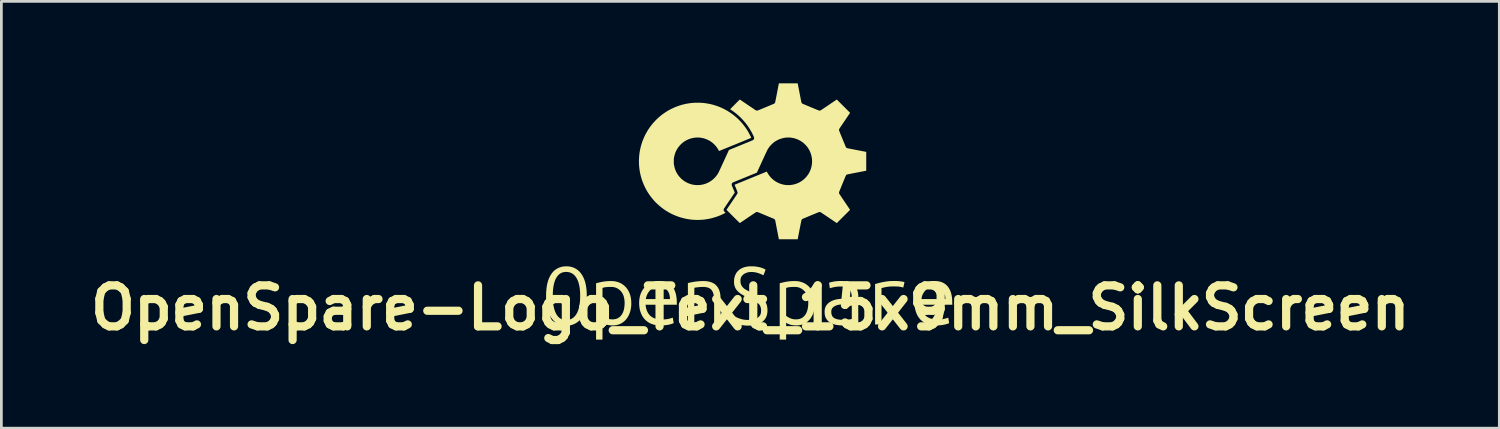
<source format=kicad_pcb>
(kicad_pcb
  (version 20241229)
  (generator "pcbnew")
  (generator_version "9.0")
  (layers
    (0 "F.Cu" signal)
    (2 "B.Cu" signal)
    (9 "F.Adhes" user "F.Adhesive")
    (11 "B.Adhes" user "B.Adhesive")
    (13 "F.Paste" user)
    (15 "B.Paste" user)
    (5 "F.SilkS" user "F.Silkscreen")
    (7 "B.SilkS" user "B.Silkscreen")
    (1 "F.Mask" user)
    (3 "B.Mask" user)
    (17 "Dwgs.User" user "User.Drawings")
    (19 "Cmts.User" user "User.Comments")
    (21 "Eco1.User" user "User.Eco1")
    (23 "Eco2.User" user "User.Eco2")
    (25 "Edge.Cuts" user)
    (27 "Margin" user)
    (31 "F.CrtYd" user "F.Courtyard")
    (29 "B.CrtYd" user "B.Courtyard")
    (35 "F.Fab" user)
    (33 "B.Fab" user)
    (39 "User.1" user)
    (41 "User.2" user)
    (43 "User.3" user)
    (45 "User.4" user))
  (footprint "OpenSpare-Logo_Text_15x9mm_SilkScreen"
    (layer "F.Cu")
    (at 24.407 8.214)
    (property "Reference" "OpenSpare-Logo_Text_15x9mm_SilkScreen" (at 0 0 0) (layer "F.SilkS") (effects (font (size 1.5 1.5) (thickness 0.3))))
    (attr board_only exclude_from_pos_files exclude_from_bom)
    (fp_poly (pts (xy 5.307 -0.982) (xy 5.343 -0.981) (xy 5.377 -0.98) (xy 5.409 -0.978) (xy 5.441 -0.975) (xy 5.472 -0.972) (xy 5.505 -0.967) (xy 5.54 -0.962) (xy 5.578 -0.955) (xy 5.597 -0.952) (xy 5.613 -0.949) (xy 5.624 -0.947) (xy 5.632 -0.945) (xy 5.636 -0.944) (xy 5.639 -0.942) (xy 5.639 -0.941) (xy 5.639 -0.939) (xy 5.638 -0.935) (xy 5.637 -0.927) (xy 5.634 -0.916) (xy 5.631 -0.901) (xy 5.628 -0.884) (xy 5.624 -0.864) (xy 5.619 -0.843) (xy 5.619 -0.84) (xy 5.614 -0.819) (xy 5.61 -0.8) (xy 5.606 -0.782) (xy 5.603 -0.767) (xy 5.601 -0.756) (xy 5.599 -0.748) (xy 5.598 -0.744) (xy 5.598 -0.744) (xy 5.595 -0.744) (xy 5.588 -0.745) (xy 5.578 -0.747) (xy 5.566 -0.75) (xy 5.562 -0.751) (xy 5.532 -0.759) (xy 5.504 -0.765) (xy 5.477 -0.77) (xy 5.45 -0.774) (xy 5.423 -0.777) (xy 5.394 -0.779) (xy 5.362 -0.781) (xy 5.326 -0.782) (xy 5.324 -0.782) (xy 5.262 -0.783) (xy 5.204 -0.783) (xy 5.15 -0.781) (xy 5.099 -0.778) (xy 5.05 -0.773) (xy 5.003 -0.767) (xy 4.956 -0.759) (xy 4.91 -0.749) (xy 4.863 -0.738) (xy 4.86 -0.737) (xy 4.845 -0.733) (xy 4.831 -0.73) (xy 4.819 -0.727) (xy 4.811 -0.724) (xy 4.806 -0.723) (xy 4.806 -0.723) (xy 4.8 -0.722) (xy 4.8 -0.057) (xy 4.8 0.608) (xy 4.683 0.608) (xy 4.565 0.608) (xy 4.565 -0.131) (xy 4.565 -0.869) (xy 4.608 -0.882) (xy 4.703 -0.908) (xy 4.796 -0.931) (xy 4.888 -0.949) (xy 4.979 -0.964) (xy 5.069 -0.975) (xy 5.074 -0.975) (xy 5.093 -0.977) (xy 5.113 -0.978) (xy 5.134 -0.979) (xy 5.158 -0.98) (xy 5.186 -0.981) (xy 5.218 -0.982) (xy 5.225 -0.982) (xy 5.268 -0.982)) (stroke (width 0) (type solid)) (fill yes) (layer "F.SilkS"))
    (fp_poly (pts (xy -1.678 -0.979) (xy -1.616 -0.975) (xy -1.558 -0.967) (xy -1.502 -0.956) (xy -1.451 -0.942) (xy -1.403 -0.924) (xy -1.359 -0.903) (xy -1.318 -0.879) (xy -1.3 -0.866) (xy -1.281 -0.85) (xy -1.261 -0.832) (xy -1.243 -0.814) (xy -1.227 -0.796) (xy -1.222 -0.791) (xy -1.193 -0.752) (xy -1.168 -0.71) (xy -1.147 -0.664) (xy -1.129 -0.615) (xy -1.114 -0.563) (xy -1.107 -0.525) (xy -1.105 -0.516) (xy -1.103 -0.507) (xy -1.102 -0.499) (xy -1.101 -0.492) (xy -1.099 -0.484) (xy -1.098 -0.477) (xy -1.097 -0.469) (xy -1.096 -0.461) (xy -1.096 -0.452) (xy -1.095 -0.442) (xy -1.094 -0.431) (xy -1.094 -0.418) (xy -1.093 -0.404) (xy -1.093 -0.388) (xy -1.092 -0.37) (xy -1.092 -0.349) (xy -1.092 -0.326) (xy -1.092 -0.301) (xy -1.092 -0.272) (xy -1.091 -0.24) (xy -1.091 -0.204) (xy -1.091 -0.165) (xy -1.091 -0.122) (xy -1.091 -0.075) (xy -1.091 -0.024) (xy -1.091 0.032) (xy -1.091 0.091) (xy -1.09 0.608) (xy -1.207 0.608) (xy -1.325 0.608) (xy -1.325 0.138) (xy -1.325 0.078) (xy -1.325 0.022) (xy -1.325 -0.029) (xy -1.325 -0.076) (xy -1.325 -0.118) (xy -1.325 -0.157) (xy -1.325 -0.193) (xy -1.326 -0.224) (xy -1.326 -0.253) (xy -1.326 -0.279) (xy -1.327 -0.302) (xy -1.327 -0.323) (xy -1.327 -0.341) (xy -1.328 -0.358) (xy -1.329 -0.372) (xy -1.33 -0.386) (xy -1.33 -0.398) (xy -1.331 -0.409) (xy -1.333 -0.419) (xy -1.334 -0.428) (xy -1.335 -0.437) (xy -1.337 -0.447) (xy -1.338 -0.456) (xy -1.34 -0.465) (xy -1.342 -0.474) (xy -1.352 -0.516) (xy -1.365 -0.556) (xy -1.381 -0.592) (xy -1.4 -0.626) (xy -1.422 -0.655) (xy -1.447 -0.681) (xy -1.474 -0.703) (xy -1.503 -0.72) (xy -1.503 -0.72) (xy -1.529 -0.731) (xy -1.559 -0.742) (xy -1.591 -0.75) (xy -1.626 -0.757) (xy -1.662 -0.762) (xy -1.666 -0.763) (xy -1.681 -0.764) (xy -1.699 -0.764) (xy -1.72 -0.765) (xy -1.744 -0.764) (xy -1.769 -0.764) (xy -1.794 -0.763) (xy -1.818 -0.762) (xy -1.841 -0.761) (xy -1.861 -0.759) (xy -1.866 -0.759) (xy -1.885 -0.757) (xy -1.906 -0.754) (xy -1.928 -0.752) (xy -1.949 -0.749) (xy -1.971 -0.746) (xy -1.991 -0.743) (xy -2.009 -0.74) (xy -2.024 -0.738) (xy -2.037 -0.736) (xy -2.045 -0.734) (xy -2.046 -0.733) (xy -2.046 -0.733) (xy -2.046 -0.732) (xy -2.047 -0.731) (xy -2.047 -0.729) (xy -2.048 -0.726) (xy -2.048 -0.721) (xy -2.048 -0.716) (xy -2.048 -0.709) (xy -2.049 -0.7) (xy -2.049 -0.689) (xy -2.049 -0.676) (xy -2.049 -0.661) (xy -2.049 -0.644) (xy -2.049 -0.624) (xy -2.05 -0.602) (xy -2.05 -0.576) (xy -2.05 -0.548) (xy -2.05 -0.516) (xy -2.05 -0.48) (xy -2.05 -0.441) (xy -2.05 -0.399) (xy -2.05 -0.352) (xy -2.05 -0.301) (xy -2.05 -0.246) (xy -2.05 -0.187) (xy -2.05 -0.122) (xy -2.05 -0.062) (xy -2.05 0.608) (xy -2.167 0.608) (xy -2.285 0.608) (xy -2.285 -0.149) (xy -2.285 -0.905) (xy -2.276 -0.907) (xy -2.202 -0.925) (xy -2.125 -0.941) (xy -2.045 -0.954) (xy -1.962 -0.965) (xy -1.876 -0.973) (xy -1.814 -0.977) (xy -1.744 -0.98)) (stroke (width 0) (type solid)) (fill yes) (layer "F.SilkS"))
    (fp_poly (pts (xy -5.081 -0.979) (xy -5.048 -0.978) (xy -5.019 -0.976) (xy -4.992 -0.974) (xy -4.966 -0.97) (xy -4.939 -0.966) (xy -4.928 -0.964) (xy -4.87 -0.949) (xy -4.814 -0.931) (xy -4.761 -0.908) (xy -4.711 -0.882) (xy -4.664 -0.851) (xy -4.619 -0.816) (xy -4.578 -0.778) (xy -4.539 -0.736) (xy -4.504 -0.691) (xy -4.473 -0.642) (xy -4.445 -0.589) (xy -4.42 -0.534) (xy -4.399 -0.475) (xy -4.394 -0.457) (xy -4.381 -0.405) (xy -4.37 -0.35) (xy -4.363 -0.292) (xy -4.358 -0.232) (xy -4.356 -0.171) (xy -4.357 -0.11) (xy -4.361 -0.05) (xy -4.369 0.008) (xy -4.375 0.046) (xy -4.389 0.109) (xy -4.407 0.169) (xy -4.428 0.226) (xy -4.453 0.28) (xy -4.48 0.33) (xy -4.511 0.378) (xy -4.545 0.422) (xy -4.582 0.462) (xy -4.622 0.499) (xy -4.664 0.532) (xy -4.709 0.561) (xy -4.756 0.585) (xy -4.806 0.606) (xy -4.858 0.622) (xy -4.881 0.628) (xy -4.923 0.635) (xy -4.968 0.641) (xy -5.015 0.643) (xy -5.063 0.644) (xy -5.111 0.641) (xy -5.157 0.637) (xy -5.201 0.63) (xy -5.233 0.623) (xy -5.261 0.615) (xy -5.288 0.605) (xy -5.316 0.595) (xy -5.341 0.584) (xy -5.364 0.573) (xy -5.384 0.561) (xy -5.391 0.556) (xy -5.399 0.551) (xy -5.405 0.547) (xy -5.409 0.545) (xy -5.409 0.545) (xy -5.409 0.547) (xy -5.409 0.555) (xy -5.409 0.566) (xy -5.409 0.582) (xy -5.41 0.601) (xy -5.41 0.624) (xy -5.41 0.65) (xy -5.41 0.679) (xy -5.41 0.711) (xy -5.41 0.745) (xy -5.41 0.781) (xy -5.41 0.818) (xy -5.41 0.854) (xy -5.41 1.163) (xy -5.527 1.163) (xy -5.645 1.163) (xy -5.645 0.132) (xy -5.645 -0.727) (xy -5.41 -0.727) (xy -5.41 -0.218) (xy -5.41 0.292) (xy -5.398 0.302) (xy -5.377 0.318) (xy -5.352 0.334) (xy -5.324 0.35) (xy -5.294 0.365) (xy -5.263 0.379) (xy -5.232 0.392) (xy -5.201 0.402) (xy -5.196 0.404) (xy -5.148 0.415) (xy -5.099 0.421) (xy -5.049 0.423) (xy -4.998 0.421) (xy -4.99 0.42) (xy -4.945 0.413) (xy -4.902 0.401) (xy -4.862 0.386) (xy -4.825 0.366) (xy -4.79 0.341) (xy -4.758 0.313) (xy -4.729 0.28) (xy -4.702 0.244) (xy -4.679 0.205) (xy -4.66 0.164) (xy -4.643 0.12) (xy -4.629 0.072) (xy -4.618 0.022) (xy -4.61 -0.03) (xy -4.604 -0.083) (xy -4.601 -0.137) (xy -4.6 -0.191) (xy -4.603 -0.245) (xy -4.608 -0.298) (xy -4.617 -0.349) (xy -4.628 -0.399) (xy -4.641 -0.443) (xy -4.659 -0.488) (xy -4.681 -0.53) (xy -4.707 -0.57) (xy -4.736 -0.607) (xy -4.768 -0.64) (xy -4.804 -0.67) (xy -4.842 -0.697) (xy -4.882 -0.719) (xy -4.924 -0.737) (xy -4.966 -0.75) (xy -4.984 -0.754) (xy -5.001 -0.758) (xy -5.017 -0.76) (xy -5.034 -0.762) (xy -5.052 -0.764) (xy -5.073 -0.764) (xy -5.096 -0.765) (xy -5.124 -0.765) (xy -5.145 -0.764) (xy -5.186 -0.763) (xy -5.224 -0.761) (xy -5.257 -0.759) (xy -5.288 -0.756) (xy -5.316 -0.752) (xy -5.342 -0.747) (xy -5.367 -0.74) (xy -5.392 -0.733) (xy -5.394 -0.732) (xy -5.41 -0.727) (xy -5.645 -0.727) (xy -5.645 -0.898) (xy -5.639 -0.9) (xy -5.634 -0.902) (xy -5.624 -0.904) (xy -5.612 -0.908) (xy -5.596 -0.912) (xy -5.578 -0.916) (xy -5.559 -0.921) (xy -5.539 -0.926) (xy -5.519 -0.93) (xy -5.5 -0.935) (xy -5.482 -0.939) (xy -5.467 -0.943) (xy -5.454 -0.946) (xy -5.446 -0.947) (xy -5.372 -0.96) (xy -5.295 -0.97) (xy -5.218 -0.976) (xy -5.141 -0.979)) (stroke (width 0) (type solid)) (fill yes) (layer "F.SilkS"))
    (fp_poly (pts (xy 1.639 -0.979) (xy 1.672 -0.978) (xy 1.701 -0.976) (xy 1.728 -0.974) (xy 1.754 -0.97) (xy 1.781 -0.966) (xy 1.792 -0.964) (xy 1.85 -0.949) (xy 1.906 -0.931) (xy 1.959 -0.908) (xy 2.009 -0.882) (xy 2.056 -0.851) (xy 2.101 -0.816) (xy 2.142 -0.778) (xy 2.181 -0.736) (xy 2.216 -0.691) (xy 2.247 -0.642) (xy 2.275 -0.589) (xy 2.3 -0.534) (xy 2.321 -0.475) (xy 2.326 -0.457) (xy 2.339 -0.405) (xy 2.35 -0.35) (xy 2.357 -0.292) (xy 2.362 -0.232) (xy 2.364 -0.171) (xy 2.363 -0.11) (xy 2.359 -0.05) (xy 2.351 0.008) (xy 2.345 0.046) (xy 2.331 0.109) (xy 2.313 0.169) (xy 2.292 0.226) (xy 2.267 0.28) (xy 2.24 0.33) (xy 2.209 0.378) (xy 2.175 0.422) (xy 2.138 0.462) (xy 2.098 0.499) (xy 2.056 0.532) (xy 2.011 0.561) (xy 1.964 0.585) (xy 1.914 0.606) (xy 1.862 0.622) (xy 1.839 0.628) (xy 1.797 0.635) (xy 1.752 0.641) (xy 1.705 0.643) (xy 1.657 0.644) (xy 1.609 0.641) (xy 1.563 0.637) (xy 1.519 0.63) (xy 1.487 0.623) (xy 1.459 0.615) (xy 1.432 0.605) (xy 1.404 0.595) (xy 1.379 0.584) (xy 1.356 0.573) (xy 1.336 0.561) (xy 1.329 0.556) (xy 1.321 0.551) (xy 1.315 0.547) (xy 1.311 0.545) (xy 1.311 0.545) (xy 1.311 0.547) (xy 1.311 0.555) (xy 1.311 0.566) (xy 1.311 0.582) (xy 1.31 0.601) (xy 1.31 0.624) (xy 1.31 0.65) (xy 1.31 0.679) (xy 1.31 0.711) (xy 1.31 0.745) (xy 1.31 0.781) (xy 1.31 0.818) (xy 1.31 0.854) (xy 1.31 1.163) (xy 1.192 1.163) (xy 1.075 1.163) (xy 1.075 0.132) (xy 1.075 -0.727) (xy 1.31 -0.727) (xy 1.31 -0.218) (xy 1.31 0.292) (xy 1.322 0.302) (xy 1.343 0.318) (xy 1.368 0.334) (xy 1.396 0.35) (xy 1.426 0.365) (xy 1.457 0.379) (xy 1.488 0.392) (xy 1.519 0.402) (xy 1.524 0.404) (xy 1.572 0.415) (xy 1.621 0.421) (xy 1.671 0.423) (xy 1.722 0.421) (xy 1.73 0.42) (xy 1.775 0.413) (xy 1.818 0.401) (xy 1.858 0.386) (xy 1.895 0.366) (xy 1.93 0.341) (xy 1.962 0.313) (xy 1.991 0.28) (xy 2.018 0.244) (xy 2.041 0.205) (xy 2.06 0.164) (xy 2.077 0.12) (xy 2.091 0.072) (xy 2.102 0.022) (xy 2.11 -0.03) (xy 2.116 -0.083) (xy 2.119 -0.137) (xy 2.12 -0.191) (xy 2.117 -0.245) (xy 2.112 -0.298) (xy 2.103 -0.349) (xy 2.092 -0.399) (xy 2.079 -0.443) (xy 2.061 -0.488) (xy 2.039 -0.53) (xy 2.013 -0.57) (xy 1.984 -0.607) (xy 1.952 -0.64) (xy 1.916 -0.67) (xy 1.878 -0.697) (xy 1.838 -0.719) (xy 1.796 -0.737) (xy 1.754 -0.75) (xy 1.736 -0.754) (xy 1.719 -0.758) (xy 1.703 -0.76) (xy 1.686 -0.762) (xy 1.668 -0.764) (xy 1.647 -0.764) (xy 1.624 -0.765) (xy 1.596 -0.765) (xy 1.575 -0.764) (xy 1.534 -0.763) (xy 1.496 -0.761) (xy 1.463 -0.759) (xy 1.432 -0.756) (xy 1.404 -0.752) (xy 1.378 -0.747) (xy 1.353 -0.74) (xy 1.328 -0.733) (xy 1.326 -0.732) (xy 1.31 -0.727) (xy 1.075 -0.727) (xy 1.075 -0.898) (xy 1.081 -0.9) (xy 1.086 -0.902) (xy 1.096 -0.904) (xy 1.108 -0.908) (xy 1.124 -0.912) (xy 1.142 -0.916) (xy 1.161 -0.921) (xy 1.181 -0.926) (xy 1.201 -0.93) (xy 1.22 -0.935) (xy 1.238 -0.939) (xy 1.253 -0.943) (xy 1.266 -0.946) (xy 1.274 -0.947) (xy 1.348 -0.96) (xy 1.425 -0.97) (xy 1.502 -0.976) (xy 1.579 -0.979)) (stroke (width 0) (type solid)) (fill yes) (layer "F.SilkS"))
    (fp_poly (pts (xy -3.32 -0.982) (xy -3.296 -0.981) (xy -3.273 -0.98) (xy -3.252 -0.979) (xy -3.234 -0.977) (xy -3.228 -0.976) (xy -3.171 -0.966) (xy -3.118 -0.952) (xy -3.067 -0.935) (xy -3.02 -0.913) (xy -2.976 -0.888) (xy -2.935 -0.858) (xy -2.898 -0.825) (xy -2.863 -0.788) (xy -2.831 -0.747) (xy -2.808 -0.711) (xy -2.782 -0.664) (xy -2.76 -0.614) (xy -2.741 -0.56) (xy -2.725 -0.504) (xy -2.712 -0.443) (xy -2.703 -0.385) (xy -2.7 -0.363) (xy -2.698 -0.342) (xy -2.696 -0.321) (xy -2.694 -0.3) (xy -2.693 -0.277) (xy -2.692 -0.252) (xy -2.691 -0.223) (xy -2.691 -0.196) (xy -2.689 -0.113) (xy -3.261 -0.113) (xy -3.833 -0.113) (xy -3.832 -0.103) (xy -3.832 -0.092) (xy -3.83 -0.076) (xy -3.827 -0.058) (xy -3.824 -0.038) (xy -3.82 -0.017) (xy -3.816 0.004) (xy -3.811 0.024) (xy -3.807 0.037) (xy -3.791 0.089) (xy -3.772 0.137) (xy -3.748 0.181) (xy -3.722 0.222) (xy -3.692 0.259) (xy -3.658 0.293) (xy -3.622 0.322) (xy -3.582 0.348) (xy -3.538 0.371) (xy -3.491 0.389) (xy -3.441 0.404) (xy -3.388 0.415) (xy -3.373 0.417) (xy -3.327 0.423) (xy -3.278 0.426) (xy -3.227 0.427) (xy -3.176 0.426) (xy -3.124 0.423) (xy -3.074 0.418) (xy -3.026 0.411) (xy -2.984 0.402) (xy -2.959 0.396) (xy -2.934 0.39) (xy -2.91 0.383) (xy -2.887 0.376) (xy -2.868 0.369) (xy -2.86 0.367) (xy -2.851 0.363) (xy -2.843 0.361) (xy -2.838 0.359) (xy -2.837 0.359) (xy -2.837 0.362) (xy -2.836 0.369) (xy -2.834 0.38) (xy -2.832 0.394) (xy -2.829 0.411) (xy -2.826 0.43) (xy -2.822 0.451) (xy -2.821 0.458) (xy -2.817 0.483) (xy -2.813 0.504) (xy -2.811 0.52) (xy -2.809 0.533) (xy -2.808 0.543) (xy -2.808 0.551) (xy -2.809 0.556) (xy -2.811 0.56) (xy -2.813 0.563) (xy -2.818 0.565) (xy -2.823 0.568) (xy -2.829 0.57) (xy -2.831 0.571) (xy -2.849 0.579) (xy -2.872 0.587) (xy -2.897 0.594) (xy -2.926 0.602) (xy -2.956 0.61) (xy -2.987 0.616) (xy -3.019 0.623) (xy -3.05 0.628) (xy -3.062 0.63) (xy -3.13 0.638) (xy -3.199 0.643) (xy -3.268 0.644) (xy -3.335 0.643) (xy -3.347 0.642) (xy -3.392 0.639) (xy -3.438 0.633) (xy -3.482 0.626) (xy -3.524 0.617) (xy -3.555 0.609) (xy -3.611 0.59) (xy -3.665 0.567) (xy -3.715 0.54) (xy -3.763 0.509) (xy -3.809 0.473) (xy -3.846 0.44) (xy -3.884 0.398) (xy -3.919 0.352) (xy -3.951 0.304) (xy -3.979 0.252) (xy -4.003 0.196) (xy -4.024 0.137) (xy -4.041 0.075) (xy -4.049 0.04) (xy -4.058 -0.016) (xy -4.065 -0.074) (xy -4.068 -0.133) (xy -4.069 -0.192) (xy -4.066 -0.252) (xy -4.061 -0.31) (xy -4.059 -0.32) (xy -3.825 -0.32) (xy -3.383 -0.32) (xy -2.941 -0.32) (xy -2.943 -0.357) (xy -2.944 -0.383) (xy -2.946 -0.407) (xy -2.95 -0.429) (xy -2.954 -0.451) (xy -2.956 -0.463) (xy -2.968 -0.506) (xy -2.985 -0.548) (xy -3.004 -0.587) (xy -3.028 -0.623) (xy -3.054 -0.656) (xy -3.084 -0.686) (xy -3.116 -0.712) (xy -3.151 -0.734) (xy -3.189 -0.752) (xy -3.214 -0.761) (xy -3.231 -0.767) (xy -3.247 -0.771) (xy -3.263 -0.774) (xy -3.279 -0.776) (xy -3.296 -0.778) (xy -3.316 -0.778) (xy -3.341 -0.779) (xy -3.341 -0.779) (xy -3.364 -0.779) (xy -3.382 -0.778) (xy -3.397 -0.777) (xy -3.411 -0.776) (xy -3.425 -0.774) (xy -3.438 -0.771) (xy -3.454 -0.768) (xy -3.46 -0.766) (xy -3.502 -0.753) (xy -3.543 -0.734) (xy -3.583 -0.712) (xy -3.62 -0.685) (xy -3.655 -0.654) (xy -3.688 -0.62) (xy -3.718 -0.582) (xy -3.746 -0.541) (xy -3.77 -0.497) (xy -3.778 -0.48) (xy -3.798 -0.43) (xy -3.813 -0.379) (xy -3.824 -0.329) (xy -3.825 -0.32) (xy -4.059 -0.32) (xy -4.052 -0.366) (xy -4.041 -0.42) (xy -4.027 -0.471) (xy -4.018 -0.497) (xy -3.995 -0.555) (xy -3.969 -0.609) (xy -3.938 -0.66) (xy -3.904 -0.707) (xy -3.867 -0.752) (xy -3.825 -0.793) (xy -3.78 -0.831) (xy -3.771 -0.839) (xy -3.722 -0.872) (xy -3.671 -0.901) (xy -3.617 -0.926) (xy -3.562 -0.947) (xy -3.504 -0.963) (xy -3.444 -0.975) (xy -3.401 -0.98) (xy -3.386 -0.981) (xy -3.366 -0.982) (xy -3.344 -0.982)) (stroke (width 0) (type solid)) (fill yes) (layer "F.SilkS"))
    (fp_poly (pts (xy 6.76 -0.982) (xy 6.784 -0.981) (xy 6.807 -0.98) (xy 6.828 -0.979) (xy 6.846 -0.977) (xy 6.852 -0.976) (xy 6.909 -0.966) (xy 6.962 -0.952) (xy 7.013 -0.935) (xy 7.06 -0.913) (xy 7.104 -0.888) (xy 7.145 -0.858) (xy 7.182 -0.825) (xy 7.217 -0.788) (xy 7.249 -0.747) (xy 7.272 -0.711) (xy 7.298 -0.664) (xy 7.32 -0.614) (xy 7.339 -0.56) (xy 7.355 -0.504) (xy 7.368 -0.443) (xy 7.377 -0.385) (xy 7.38 -0.363) (xy 7.382 -0.342) (xy 7.384 -0.321) (xy 7.386 -0.3) (xy 7.387 -0.277) (xy 7.388 -0.252) (xy 7.389 -0.223) (xy 7.389 -0.196) (xy 7.391 -0.113) (xy 6.819 -0.113) (xy 6.247 -0.113) (xy 6.248 -0.103) (xy 6.248 -0.092) (xy 6.25 -0.076) (xy 6.253 -0.058) (xy 6.256 -0.038) (xy 6.26 -0.017) (xy 6.264 0.004) (xy 6.269 0.024) (xy 6.273 0.037) (xy 6.289 0.089) (xy 6.308 0.137) (xy 6.332 0.181) (xy 6.358 0.222) (xy 6.388 0.259) (xy 6.422 0.293) (xy 6.458 0.322) (xy 6.498 0.348) (xy 6.542 0.371) (xy 6.589 0.389) (xy 6.639 0.404) (xy 6.692 0.415) (xy 6.707 0.417) (xy 6.753 0.423) (xy 6.802 0.426) (xy 6.853 0.427) (xy 6.904 0.426) (xy 6.956 0.423) (xy 7.006 0.418) (xy 7.054 0.411) (xy 7.096 0.402) (xy 7.121 0.396) (xy 7.146 0.39) (xy 7.17 0.383) (xy 7.193 0.376) (xy 7.212 0.369) (xy 7.22 0.367) (xy 7.229 0.363) (xy 7.237 0.361) (xy 7.242 0.359) (xy 7.242 0.359) (xy 7.243 0.362) (xy 7.244 0.369) (xy 7.246 0.38) (xy 7.248 0.394) (xy 7.251 0.411) (xy 7.254 0.43) (xy 7.258 0.451) (xy 7.259 0.458) (xy 7.263 0.483) (xy 7.267 0.504) (xy 7.269 0.52) (xy 7.271 0.533) (xy 7.272 0.543) (xy 7.272 0.551) (xy 7.271 0.556) (xy 7.269 0.56) (xy 7.267 0.563) (xy 7.262 0.565) (xy 7.257 0.568) (xy 7.251 0.57) (xy 7.249 0.571) (xy 7.231 0.579) (xy 7.208 0.587) (xy 7.183 0.594) (xy 7.154 0.602) (xy 7.124 0.61) (xy 7.093 0.616) (xy 7.061 0.623) (xy 7.03 0.628) (xy 7.018 0.63) (xy 6.95 0.638) (xy 6.881 0.643) (xy 6.812 0.644) (xy 6.745 0.643) (xy 6.733 0.642) (xy 6.688 0.639) (xy 6.642 0.633) (xy 6.598 0.626) (xy 6.556 0.617) (xy 6.525 0.609) (xy 6.469 0.59) (xy 6.415 0.567) (xy 6.365 0.54) (xy 6.317 0.509) (xy 6.271 0.473) (xy 6.234 0.44) (xy 6.196 0.398) (xy 6.161 0.352) (xy 6.129 0.304) (xy 6.101 0.252) (xy 6.077 0.196) (xy 6.056 0.137) (xy 6.039 0.075) (xy 6.031 0.04) (xy 6.022 -0.016) (xy 6.015 -0.074) (xy 6.012 -0.133) (xy 6.011 -0.192) (xy 6.014 -0.252) (xy 6.019 -0.31) (xy 6.021 -0.32) (xy 6.255 -0.32) (xy 6.697 -0.32) (xy 7.139 -0.32) (xy 7.137 -0.357) (xy 7.136 -0.383) (xy 7.134 -0.407) (xy 7.13 -0.429) (xy 7.126 -0.451) (xy 7.124 -0.463) (xy 7.112 -0.506) (xy 7.095 -0.548) (xy 7.076 -0.587) (xy 7.052 -0.623) (xy 7.026 -0.656) (xy 6.996 -0.686) (xy 6.964 -0.712) (xy 6.929 -0.734) (xy 6.891 -0.752) (xy 6.866 -0.761) (xy 6.849 -0.767) (xy 6.833 -0.771) (xy 6.817 -0.774) (xy 6.801 -0.776) (xy 6.784 -0.778) (xy 6.764 -0.778) (xy 6.739 -0.779) (xy 6.739 -0.779) (xy 6.716 -0.779) (xy 6.698 -0.778) (xy 6.683 -0.777) (xy 6.669 -0.776) (xy 6.655 -0.774) (xy 6.642 -0.771) (xy 6.626 -0.768) (xy 6.62 -0.766) (xy 6.578 -0.753) (xy 6.537 -0.734) (xy 6.497 -0.712) (xy 6.46 -0.685) (xy 6.425 -0.654) (xy 6.392 -0.62) (xy 6.362 -0.582) (xy 6.334 -0.541) (xy 6.31 -0.497) (xy 6.302 -0.48) (xy 6.282 -0.43) (xy 6.267 -0.379) (xy 6.256 -0.329) (xy 6.255 -0.32) (xy 6.021 -0.32) (xy 6.028 -0.366) (xy 6.039 -0.42) (xy 6.053 -0.471) (xy 6.062 -0.497) (xy 6.085 -0.555) (xy 6.111 -0.609) (xy 6.142 -0.66) (xy 6.176 -0.707) (xy 6.213 -0.752) (xy 6.255 -0.793) (xy 6.3 -0.831) (xy 6.309 -0.839) (xy 6.358 -0.872) (xy 6.409 -0.901) (xy 6.463 -0.926) (xy 6.518 -0.947) (xy 6.576 -0.963) (xy 6.636 -0.975) (xy 6.679 -0.98) (xy 6.694 -0.981) (xy 6.714 -0.982) (xy 6.736 -0.982)) (stroke (width 0) (type solid)) (fill yes) (layer "F.SilkS"))
    (fp_poly (pts (xy -6.697 -1.519) (xy -6.637 -1.514) (xy -6.58 -1.504) (xy -6.525 -1.49) (xy -6.472 -1.472) (xy -6.42 -1.448) (xy -6.37 -1.42) (xy -6.354 -1.409) (xy -6.318 -1.383) (xy -6.282 -1.352) (xy -6.247 -1.318) (xy -6.215 -1.281) (xy -6.185 -1.242) (xy -6.163 -1.21) (xy -6.134 -1.161) (xy -6.108 -1.109) (xy -6.084 -1.056) (xy -6.064 -1) (xy -6.045 -0.942) (xy -6.03 -0.88) (xy -6.016 -0.815) (xy -6.005 -0.747) (xy -5.996 -0.674) (xy -5.99 -0.6) (xy -5.989 -0.58) (xy -5.988 -0.556) (xy -5.987 -0.528) (xy -5.986 -0.499) (xy -5.986 -0.468) (xy -5.986 -0.436) (xy -5.986 -0.406) (xy -5.986 -0.376) (xy -5.986 -0.35) (xy -5.987 -0.326) (xy -5.987 -0.32) (xy -5.992 -0.244) (xy -5.998 -0.173) (xy -6.007 -0.105) (xy -6.017 -0.041) (xy -6.03 0.02) (xy -6.045 0.078) (xy -6.062 0.133) (xy -6.082 0.186) (xy -6.104 0.237) (xy -6.118 0.266) (xy -6.146 0.319) (xy -6.177 0.367) (xy -6.21 0.411) (xy -6.245 0.451) (xy -6.282 0.488) (xy -6.3 0.504) (xy -6.338 0.532) (xy -6.379 0.559) (xy -6.423 0.582) (xy -6.469 0.603) (xy -6.516 0.62) (xy -6.563 0.634) (xy -6.586 0.639) (xy -6.608 0.643) (xy -6.63 0.646) (xy -6.653 0.649) (xy -6.678 0.65) (xy -6.706 0.651) (xy -6.721 0.651) (xy -6.739 0.651) (xy -6.756 0.651) (xy -6.771 0.651) (xy -6.784 0.651) (xy -6.792 0.651) (xy -6.796 0.651) (xy -6.856 0.643) (xy -6.912 0.631) (xy -6.966 0.614) (xy -7.017 0.594) (xy -7.066 0.569) (xy -7.112 0.541) (xy -7.136 0.524) (xy -7.176 0.491) (xy -7.214 0.453) (xy -7.249 0.412) (xy -7.283 0.366) (xy -7.314 0.317) (xy -7.342 0.265) (xy -7.368 0.209) (xy -7.391 0.15) (xy -7.411 0.089) (xy -7.428 0.025) (xy -7.436 -0.013) (xy -7.448 -0.081) (xy -7.458 -0.152) (xy -7.466 -0.226) (xy -7.471 -0.302) (xy -7.474 -0.379) (xy -7.474 -0.415) (xy -7.23 -0.415) (xy -7.228 -0.349) (xy -7.225 -0.284) (xy -7.221 -0.22) (xy -7.214 -0.159) (xy -7.214 -0.152) (xy -7.204 -0.085) (xy -7.191 -0.022) (xy -7.177 0.038) (xy -7.16 0.094) (xy -7.141 0.146) (xy -7.119 0.194) (xy -7.095 0.238) (xy -7.069 0.278) (xy -7.041 0.314) (xy -7.011 0.345) (xy -6.994 0.36) (xy -6.959 0.386) (xy -6.922 0.407) (xy -6.884 0.424) (xy -6.843 0.436) (xy -6.799 0.444) (xy -6.795 0.445) (xy -6.782 0.446) (xy -6.765 0.447) (xy -6.746 0.447) (xy -6.727 0.447) (xy -6.708 0.446) (xy -6.693 0.445) (xy -6.689 0.445) (xy -6.643 0.437) (xy -6.599 0.425) (xy -6.558 0.409) (xy -6.519 0.388) (xy -6.482 0.363) (xy -6.448 0.334) (xy -6.416 0.3) (xy -6.387 0.262) (xy -6.36 0.221) (xy -6.335 0.175) (xy -6.313 0.125) (xy -6.293 0.071) (xy -6.276 0.013) (xy -6.261 -0.049) (xy -6.249 -0.114) (xy -6.24 -0.184) (xy -6.233 -0.257) (xy -6.229 -0.334) (xy -6.228 -0.362) (xy -6.227 -0.444) (xy -6.228 -0.522) (xy -6.232 -0.595) (xy -6.238 -0.664) (xy -6.245 -0.73) (xy -6.256 -0.792) (xy -6.268 -0.851) (xy -6.283 -0.907) (xy -6.294 -0.942) (xy -6.314 -0.997) (xy -6.337 -1.047) (xy -6.362 -1.093) (xy -6.39 -1.135) (xy -6.42 -1.173) (xy -6.452 -1.206) (xy -6.487 -1.235) (xy -6.524 -1.259) (xy -6.564 -1.279) (xy -6.607 -1.295) (xy -6.651 -1.306) (xy -6.66 -1.308) (xy -6.677 -1.31) (xy -6.698 -1.312) (xy -6.721 -1.313) (xy -6.745 -1.314) (xy -6.768 -1.313) (xy -6.789 -1.312) (xy -6.807 -1.31) (xy -6.814 -1.309) (xy -6.857 -1.299) (xy -6.897 -1.286) (xy -6.934 -1.269) (xy -6.968 -1.248) (xy -7 -1.222) (xy -7.024 -1.2) (xy -7.054 -1.166) (xy -7.082 -1.129) (xy -7.107 -1.087) (xy -7.13 -1.042) (xy -7.15 -0.993) (xy -7.168 -0.939) (xy -7.184 -0.881) (xy -7.198 -0.819) (xy -7.204 -0.787) (xy -7.212 -0.733) (xy -7.219 -0.674) (xy -7.224 -0.612) (xy -7.227 -0.547) (xy -7.229 -0.482) (xy -7.23 -0.415) (xy -7.474 -0.415) (xy -7.474 -0.457) (xy -7.473 -0.534) (xy -7.468 -0.61) (xy -7.462 -0.685) (xy -7.453 -0.757) (xy -7.442 -0.826) (xy -7.432 -0.875) (xy -7.416 -0.94) (xy -7.397 -1.003) (xy -7.375 -1.063) (xy -7.35 -1.12) (xy -7.322 -1.174) (xy -7.291 -1.224) (xy -7.258 -1.271) (xy -7.223 -1.313) (xy -7.202 -1.335) (xy -7.171 -1.364) (xy -7.14 -1.39) (xy -7.106 -1.414) (xy -7.07 -1.435) (xy -7.04 -1.451) (xy -6.991 -1.473) (xy -6.941 -1.49) (xy -6.89 -1.504) (xy -6.837 -1.513) (xy -6.781 -1.518) (xy -6.758 -1.519)) (stroke (width 0) (type solid)) (fill yes) (layer "F.SilkS"))
    (fp_poly (pts (xy 3.393 -0.981) (xy 3.446 -0.978) (xy 3.496 -0.973) (xy 3.541 -0.966) (xy 3.584 -0.956) (xy 3.623 -0.944) (xy 3.661 -0.929) (xy 3.696 -0.912) (xy 3.73 -0.892) (xy 3.737 -0.888) (xy 3.771 -0.862) (xy 3.803 -0.835) (xy 3.831 -0.804) (xy 3.855 -0.772) (xy 3.877 -0.736) (xy 3.896 -0.696) (xy 3.913 -0.653) (xy 3.926 -0.607) (xy 3.938 -0.556) (xy 3.943 -0.526) (xy 3.949 -0.491) (xy 3.949 0.047) (xy 3.949 0.098) (xy 3.949 0.149) (xy 3.95 0.197) (xy 3.95 0.244) (xy 3.95 0.289) (xy 3.95 0.331) (xy 3.95 0.371) (xy 3.95 0.409) (xy 3.95 0.443) (xy 3.95 0.474) (xy 3.95 0.502) (xy 3.95 0.526) (xy 3.95 0.547) (xy 3.949 0.563) (xy 3.949 0.575) (xy 3.949 0.582) (xy 3.949 0.585) (xy 3.949 0.585) (xy 3.947 0.585) (xy 3.94 0.586) (xy 3.929 0.588) (xy 3.916 0.59) (xy 3.9 0.593) (xy 3.882 0.596) (xy 3.879 0.596) (xy 3.818 0.606) (xy 3.761 0.614) (xy 3.709 0.621) (xy 3.661 0.627) (xy 3.616 0.632) (xy 3.574 0.636) (xy 3.536 0.639) (xy 3.527 0.64) (xy 3.505 0.641) (xy 3.48 0.642) (xy 3.453 0.643) (xy 3.425 0.643) (xy 3.397 0.644) (xy 3.371 0.644) (xy 3.347 0.643) (xy 3.326 0.643) (xy 3.315 0.642) (xy 3.274 0.64) (xy 3.233 0.636) (xy 3.192 0.631) (xy 3.154 0.625) (xy 3.119 0.618) (xy 3.108 0.616) (xy 3.076 0.608) (xy 3.043 0.598) (xy 3.01 0.585) (xy 2.977 0.572) (xy 2.947 0.557) (xy 2.922 0.543) (xy 2.888 0.521) (xy 2.856 0.494) (xy 2.826 0.464) (xy 2.8 0.432) (xy 2.777 0.398) (xy 2.758 0.362) (xy 2.745 0.332) (xy 2.737 0.308) (xy 2.731 0.285) (xy 2.726 0.262) (xy 2.723 0.237) (xy 2.72 0.211) (xy 2.719 0.181) (xy 2.718 0.168) (xy 2.718 0.159) (xy 2.962 0.159) (xy 2.963 0.176) (xy 2.964 0.192) (xy 2.965 0.205) (xy 2.965 0.205) (xy 2.971 0.235) (xy 2.98 0.264) (xy 2.991 0.291) (xy 3.005 0.315) (xy 3.015 0.329) (xy 3.034 0.349) (xy 3.058 0.368) (xy 3.086 0.384) (xy 3.119 0.399) (xy 3.154 0.411) (xy 3.193 0.421) (xy 3.236 0.429) (xy 3.281 0.434) (xy 3.324 0.437) (xy 3.34 0.438) (xy 3.357 0.438) (xy 3.372 0.438) (xy 3.385 0.438) (xy 3.391 0.438) (xy 3.401 0.438) (xy 3.414 0.438) (xy 3.43 0.437) (xy 3.448 0.437) (xy 3.465 0.436) (xy 3.516 0.434) (xy 3.567 0.43) (xy 3.617 0.425) (xy 3.664 0.418) (xy 3.684 0.415) (xy 3.712 0.409) (xy 3.712 0.164) (xy 3.712 -0.082) (xy 3.696 -0.087) (xy 3.654 -0.098) (xy 3.61 -0.107) (xy 3.563 -0.115) (xy 3.514 -0.121) (xy 3.466 -0.125) (xy 3.418 -0.127) (xy 3.373 -0.126) (xy 3.352 -0.125) (xy 3.298 -0.121) (xy 3.249 -0.114) (xy 3.204 -0.105) (xy 3.163 -0.094) (xy 3.126 -0.08) (xy 3.093 -0.065) (xy 3.063 -0.046) (xy 3.036 -0.026) (xy 3.025 -0.016) (xy 3.005 0.006) (xy 2.989 0.029) (xy 2.977 0.055) (xy 2.968 0.084) (xy 2.965 0.1) (xy 2.964 0.11) (xy 2.963 0.125) (xy 2.962 0.141) (xy 2.962 0.159) (xy 2.718 0.159) (xy 2.718 0.127) (xy 2.72 0.091) (xy 2.724 0.058) (xy 2.73 0.027) (xy 2.739 -0.003) (xy 2.75 -0.032) (xy 2.763 -0.058) (xy 2.783 -0.091) (xy 2.807 -0.123) (xy 2.836 -0.154) (xy 2.868 -0.182) (xy 2.904 -0.208) (xy 2.944 -0.233) (xy 2.986 -0.254) (xy 3.031 -0.273) (xy 3.071 -0.286) (xy 3.141 -0.305) (xy 3.211 -0.318) (xy 3.284 -0.327) (xy 3.358 -0.332) (xy 3.434 -0.331) (xy 3.512 -0.326) (xy 3.554 -0.321) (xy 3.575 -0.318) (xy 3.599 -0.315) (xy 3.623 -0.311) (xy 3.647 -0.307) (xy 3.669 -0.303) (xy 3.688 -0.299) (xy 3.698 -0.296) (xy 3.713 -0.293) (xy 3.712 -0.368) (xy 3.711 -0.395) (xy 3.71 -0.417) (xy 3.709 -0.437) (xy 3.708 -0.454) (xy 3.706 -0.47) (xy 3.704 -0.486) (xy 3.701 -0.502) (xy 3.697 -0.519) (xy 3.696 -0.523) (xy 3.687 -0.559) (xy 3.676 -0.591) (xy 3.663 -0.619) (xy 3.648 -0.644) (xy 3.63 -0.668) (xy 3.61 -0.69) (xy 3.608 -0.692) (xy 3.585 -0.712) (xy 3.56 -0.729) (xy 3.534 -0.744) (xy 3.505 -0.755) (xy 3.472 -0.765) (xy 3.436 -0.773) (xy 3.416 -0.776) (xy 3.391 -0.778) (xy 3.363 -0.779) (xy 3.333 -0.78) (xy 3.3 -0.78) (xy 3.267 -0.779) (xy 3.233 -0.778) (xy 3.2 -0.775) (xy 3.168 -0.773) (xy 3.143 -0.77) (xy 3.109 -0.765) (xy 3.074 -0.759) (xy 3.038 -0.751) (xy 3.002 -0.743) (xy 2.969 -0.734) (xy 2.94 -0.725) (xy 2.935 -0.724) (xy 2.922 -0.72) (xy 2.914 -0.718) (xy 2.91 -0.717) (xy 2.909 -0.718) (xy 2.908 -0.722) (xy 2.907 -0.73) (xy 2.905 -0.741) (xy 2.903 -0.756) (xy 2.901 -0.772) (xy 2.899 -0.79) (xy 2.896 -0.809) (xy 2.894 -0.829) (xy 2.891 -0.847) (xy 2.889 -0.865) (xy 2.887 -0.881) (xy 2.885 -0.895) (xy 2.884 -0.906) (xy 2.883 -0.913) (xy 2.883 -0.916) (xy 2.887 -0.919) (xy 2.894 -0.922) (xy 2.905 -0.926) (xy 2.92 -0.931) (xy 2.937 -0.936) (xy 2.955 -0.941) (xy 2.976 -0.945) (xy 2.997 -0.95) (xy 3.014 -0.953) (xy 3.08 -0.965) (xy 3.147 -0.973) (xy 3.215 -0.979) (xy 3.286 -0.982) (xy 3.336 -0.982)) (stroke (width 0) (type solid)) (fill yes) (layer "F.SilkS"))
    (fp_poly (pts (xy 0.064 -1.519) (xy 0.091 -1.519) (xy 0.118 -1.518) (xy 0.142 -1.516) (xy 0.158 -1.515) (xy 0.209 -1.509) (xy 0.26 -1.501) (xy 0.309 -1.492) (xy 0.357 -1.48) (xy 0.402 -1.467) (xy 0.444 -1.453) (xy 0.482 -1.438) (xy 0.492 -1.434) (xy 0.502 -1.429) (xy 0.513 -1.423) (xy 0.524 -1.416) (xy 0.535 -1.41) (xy 0.545 -1.403) (xy 0.552 -1.398) (xy 0.557 -1.395) (xy 0.557 -1.393) (xy 0.557 -1.391) (xy 0.554 -1.384) (xy 0.55 -1.374) (xy 0.545 -1.36) (xy 0.54 -1.345) (xy 0.533 -1.328) (xy 0.526 -1.309) (xy 0.519 -1.291) (xy 0.512 -1.272) (xy 0.505 -1.254) (xy 0.498 -1.237) (xy 0.492 -1.222) (xy 0.487 -1.209) (xy 0.484 -1.2) (xy 0.481 -1.194) (xy 0.48 -1.192) (xy 0.478 -1.193) (xy 0.471 -1.195) (xy 0.462 -1.199) (xy 0.451 -1.204) (xy 0.443 -1.208) (xy 0.415 -1.221) (xy 0.385 -1.234) (xy 0.354 -1.247) (xy 0.322 -1.259) (xy 0.29 -1.27) (xy 0.26 -1.279) (xy 0.233 -1.287) (xy 0.216 -1.291) (xy 0.178 -1.299) (xy 0.139 -1.305) (xy 0.099 -1.309) (xy 0.06 -1.311) (xy 0.023 -1.312) (xy -0.009 -1.31) (xy -0.056 -1.305) (xy -0.1 -1.295) (xy -0.142 -1.282) (xy -0.182 -1.266) (xy -0.218 -1.246) (xy -0.251 -1.224) (xy -0.28 -1.198) (xy -0.306 -1.169) (xy -0.322 -1.147) (xy -0.337 -1.12) (xy -0.348 -1.092) (xy -0.356 -1.061) (xy -0.361 -1.027) (xy -0.362 -0.99) (xy -0.362 -0.974) (xy -0.36 -0.944) (xy -0.357 -0.917) (xy -0.352 -0.892) (xy -0.345 -0.868) (xy -0.344 -0.863) (xy -0.334 -0.838) (xy -0.323 -0.815) (xy -0.31 -0.793) (xy -0.294 -0.772) (xy -0.275 -0.75) (xy -0.263 -0.738) (xy -0.244 -0.72) (xy -0.225 -0.704) (xy -0.206 -0.689) (xy -0.183 -0.675) (xy -0.158 -0.659) (xy -0.156 -0.658) (xy -0.143 -0.651) (xy -0.126 -0.642) (xy -0.107 -0.632) (xy -0.085 -0.621) (xy -0.061 -0.609) (xy -0.038 -0.597) (xy -0.014 -0.585) (xy 0.009 -0.574) (xy 0.031 -0.563) (xy 0.05 -0.554) (xy 0.065 -0.547) (xy 0.07 -0.545) (xy 0.114 -0.526) (xy 0.156 -0.506) (xy 0.196 -0.488) (xy 0.233 -0.47) (xy 0.266 -0.454) (xy 0.295 -0.438) (xy 0.311 -0.429) (xy 0.361 -0.4) (xy 0.406 -0.369) (xy 0.446 -0.337) (xy 0.482 -0.303) (xy 0.514 -0.268) (xy 0.541 -0.231) (xy 0.564 -0.193) (xy 0.584 -0.152) (xy 0.599 -0.109) (xy 0.606 -0.084) (xy 0.615 -0.043) (xy 0.622 0.002) (xy 0.626 0.047) (xy 0.627 0.093) (xy 0.627 0.121) (xy 0.622 0.175) (xy 0.615 0.226) (xy 0.603 0.274) (xy 0.587 0.319) (xy 0.567 0.361) (xy 0.543 0.401) (xy 0.515 0.438) (xy 0.483 0.473) (xy 0.481 0.475) (xy 0.446 0.506) (xy 0.408 0.534) (xy 0.368 0.559) (xy 0.325 0.581) (xy 0.279 0.6) (xy 0.229 0.616) (xy 0.176 0.629) (xy 0.119 0.64) (xy 0.07 0.646) (xy 0.057 0.648) (xy 0.041 0.649) (xy 0.021 0.65) (xy -0.002 0.65) (xy -0.026 0.651) (xy -0.051 0.651) (xy -0.076 0.652) (xy -0.1 0.652) (xy -0.123 0.651) (xy -0.143 0.651) (xy -0.159 0.65) (xy -0.168 0.65) (xy -0.23 0.643) (xy -0.294 0.633) (xy -0.357 0.62) (xy -0.418 0.605) (xy -0.478 0.586) (xy -0.53 0.567) (xy -0.545 0.561) (xy -0.56 0.554) (xy -0.577 0.547) (xy -0.593 0.539) (xy -0.608 0.532) (xy -0.622 0.525) (xy -0.634 0.518) (xy -0.644 0.513) (xy -0.65 0.509) (xy -0.652 0.507) (xy -0.652 0.507) (xy -0.651 0.504) (xy -0.648 0.497) (xy -0.644 0.486) (xy -0.638 0.472) (xy -0.632 0.456) (xy -0.625 0.437) (xy -0.617 0.417) (xy -0.614 0.408) (xy -0.577 0.313) (xy -0.545 0.329) (xy -0.52 0.341) (xy -0.492 0.353) (xy -0.462 0.366) (xy -0.431 0.378) (xy -0.401 0.389) (xy -0.372 0.399) (xy -0.346 0.408) (xy -0.323 0.415) (xy -0.322 0.415) (xy -0.288 0.423) (xy -0.254 0.43) (xy -0.221 0.435) (xy -0.187 0.439) (xy -0.151 0.441) (xy -0.112 0.443) (xy -0.069 0.443) (xy -0.039 0.443) (xy -0.012 0.443) (xy 0.011 0.442) (xy 0.031 0.44) (xy 0.051 0.438) (xy 0.07 0.435) (xy 0.09 0.432) (xy 0.101 0.43) (xy 0.143 0.42) (xy 0.182 0.408) (xy 0.217 0.394) (xy 0.248 0.377) (xy 0.277 0.357) (xy 0.303 0.335) (xy 0.307 0.331) (xy 0.331 0.306) (xy 0.351 0.279) (xy 0.367 0.25) (xy 0.379 0.218) (xy 0.387 0.184) (xy 0.392 0.147) (xy 0.394 0.12) (xy 0.394 0.077) (xy 0.39 0.035) (xy 0.382 -0.005) (xy 0.37 -0.042) (xy 0.355 -0.077) (xy 0.336 -0.108) (xy 0.325 -0.123) (xy 0.313 -0.137) (xy 0.299 -0.152) (xy 0.282 -0.169) (xy 0.266 -0.185) (xy 0.25 -0.199) (xy 0.241 -0.206) (xy 0.213 -0.227) (xy 0.18 -0.249) (xy 0.142 -0.271) (xy 0.1 -0.294) (xy 0.054 -0.317) (xy 0.002 -0.34) (xy -0.053 -0.364) (xy -0.069 -0.37) (xy -0.097 -0.382) (xy -0.122 -0.393) (xy -0.145 -0.403) (xy -0.166 -0.413) (xy -0.187 -0.423) (xy -0.21 -0.434) (xy -0.21 -0.434) (xy -0.266 -0.463) (xy -0.317 -0.493) (xy -0.363 -0.524) (xy -0.405 -0.555) (xy -0.442 -0.587) (xy -0.475 -0.621) (xy -0.504 -0.656) (xy -0.529 -0.692) (xy -0.55 -0.73) (xy -0.567 -0.769) (xy -0.58 -0.811) (xy -0.59 -0.854) (xy -0.59 -0.857) (xy -0.592 -0.867) (xy -0.594 -0.877) (xy -0.595 -0.887) (xy -0.595 -0.897) (xy -0.596 -0.91) (xy -0.596 -0.925) (xy -0.596 -0.944) (xy -0.596 -0.956) (xy -0.596 -0.981) (xy -0.596 -1.001) (xy -0.595 -1.019) (xy -0.594 -1.035) (xy -0.592 -1.049) (xy -0.59 -1.065) (xy -0.587 -1.081) (xy -0.585 -1.094) (xy -0.572 -1.144) (xy -0.555 -1.192) (xy -0.534 -1.237) (xy -0.509 -1.28) (xy -0.501 -1.292) (xy -0.491 -1.305) (xy -0.478 -1.32) (xy -0.463 -1.337) (xy -0.447 -1.353) (xy -0.431 -1.369) (xy -0.415 -1.383) (xy -0.401 -1.395) (xy -0.393 -1.401) (xy -0.353 -1.427) (xy -0.312 -1.45) (xy -0.268 -1.469) (xy -0.223 -1.485) (xy -0.175 -1.498) (xy -0.123 -1.508) (xy -0.068 -1.515) (xy -0.034 -1.518) (xy -0.014 -1.519) (xy 0.01 -1.519) (xy 0.036 -1.519)) (stroke (width 0) (type solid)) (fill yes) (layer "F.SilkS"))
    (fp_poly (pts (xy 1.8 -7.866) (xy 1.81 -7.816) (xy 1.819 -7.771) (xy 1.827 -7.73) (xy 1.834 -7.693) (xy 1.84 -7.66) (xy 1.846 -7.631) (xy 1.851 -7.606) (xy 1.856 -7.584) (xy 1.86 -7.565) (xy 1.863 -7.549) (xy 1.866 -7.536) (xy 1.868 -7.526) (xy 1.87 -7.518) (xy 1.872 -7.512) (xy 1.873 -7.508) (xy 1.874 -7.506) (xy 1.882 -7.493) (xy 1.894 -7.48) (xy 1.907 -7.47) (xy 1.912 -7.468) (xy 1.915 -7.466) (xy 1.923 -7.463) (xy 1.935 -7.458) (xy 1.95 -7.451) (xy 1.969 -7.443) (xy 1.992 -7.434) (xy 2.017 -7.424) (xy 2.045 -7.412) (xy 2.075 -7.399) (xy 2.107 -7.386) (xy 2.141 -7.372) (xy 2.176 -7.357) (xy 2.213 -7.342) (xy 2.215 -7.341) (xy 2.509 -7.219) (xy 2.535 -7.219) (xy 2.547 -7.219) (xy 2.556 -7.219) (xy 2.563 -7.221) (xy 2.568 -7.223) (xy 2.574 -7.225) (xy 2.577 -7.227) (xy 2.585 -7.232) (xy 2.596 -7.24) (xy 2.61 -7.249) (xy 2.628 -7.261) (xy 2.648 -7.275) (xy 2.671 -7.29) (xy 2.697 -7.307) (xy 2.725 -7.326) (xy 2.754 -7.346) (xy 2.785 -7.366) (xy 2.818 -7.388) (xy 2.851 -7.411) (xy 2.869 -7.423) (xy 2.903 -7.446) (xy 2.936 -7.468) (xy 2.967 -7.49) (xy 2.997 -7.51) (xy 3.025 -7.529) (xy 3.052 -7.547) (xy 3.075 -7.563) (xy 3.097 -7.577) (xy 3.115 -7.59) (xy 3.131 -7.6) (xy 3.143 -7.608) (xy 3.152 -7.614) (xy 3.157 -7.618) (xy 3.158 -7.618) (xy 3.164 -7.622) (xy 3.407 -7.379) (xy 3.65 -7.136) (xy 3.455 -6.847) (xy 3.431 -6.813) (xy 3.409 -6.78) (xy 3.387 -6.747) (xy 3.366 -6.717) (xy 3.347 -6.688) (xy 3.329 -6.661) (xy 3.312 -6.636) (xy 3.297 -6.614) (xy 3.284 -6.594) (xy 3.273 -6.578) (xy 3.264 -6.564) (xy 3.258 -6.554) (xy 3.254 -6.548) (xy 3.253 -6.546) (xy 3.247 -6.53) (xy 3.245 -6.512) (xy 3.246 -6.493) (xy 3.247 -6.49) (xy 3.25 -6.482) (xy 3.254 -6.47) (xy 3.26 -6.455) (xy 3.268 -6.437) (xy 3.276 -6.415) (xy 3.286 -6.391) (xy 3.297 -6.364) (xy 3.308 -6.336) (xy 3.32 -6.306) (xy 3.333 -6.275) (xy 3.346 -6.243) (xy 3.36 -6.21) (xy 3.373 -6.178) (xy 3.387 -6.145) (xy 3.4 -6.112) (xy 3.413 -6.081) (xy 3.426 -6.05) (xy 3.438 -6.021) (xy 3.449 -5.994) (xy 3.459 -5.969) (xy 3.469 -5.946) (xy 3.477 -5.926) (xy 3.484 -5.909) (xy 3.49 -5.896) (xy 3.494 -5.887) (xy 3.497 -5.881) (xy 3.504 -5.871) (xy 3.514 -5.86) (xy 3.526 -5.851) (xy 3.537 -5.845) (xy 3.541 -5.843) (xy 3.549 -5.841) (xy 3.563 -5.838) (xy 3.58 -5.835) (xy 3.602 -5.83) (xy 3.627 -5.825) (xy 3.657 -5.819) (xy 3.689 -5.813) (xy 3.725 -5.806) (xy 3.765 -5.798) (xy 3.807 -5.79) (xy 3.851 -5.781) (xy 3.895 -5.773) (xy 4.241 -5.706) (xy 4.241 -5.361) (xy 4.241 -5.017) (xy 3.895 -4.95) (xy 3.848 -4.941) (xy 3.803 -4.932) (xy 3.761 -4.924) (xy 3.722 -4.916) (xy 3.686 -4.909) (xy 3.654 -4.903) (xy 3.625 -4.897) (xy 3.6 -4.892) (xy 3.579 -4.887) (xy 3.561 -4.884) (xy 3.548 -4.881) (xy 3.54 -4.879) (xy 3.537 -4.878) (xy 3.525 -4.871) (xy 3.513 -4.862) (xy 3.503 -4.851) (xy 3.497 -4.841) (xy 3.494 -4.836) (xy 3.49 -4.826) (xy 3.484 -4.813) (xy 3.477 -4.796) (xy 3.469 -4.776) (xy 3.459 -4.754) (xy 3.449 -4.728) (xy 3.437 -4.701) (xy 3.425 -4.672) (xy 3.413 -4.642) (xy 3.4 -4.61) (xy 3.386 -4.578) (xy 3.373 -4.545) (xy 3.359 -4.512) (xy 3.346 -4.479) (xy 3.333 -4.447) (xy 3.32 -4.416) (xy 3.308 -4.386) (xy 3.297 -4.358) (xy 3.286 -4.331) (xy 3.276 -4.307) (xy 3.268 -4.286) (xy 3.26 -4.267) (xy 3.254 -4.252) (xy 3.25 -4.24) (xy 3.247 -4.233) (xy 3.246 -4.229) (xy 3.245 -4.21) (xy 3.247 -4.192) (xy 3.253 -4.176) (xy 3.255 -4.173) (xy 3.26 -4.165) (xy 3.267 -4.154) (xy 3.277 -4.14) (xy 3.288 -4.122) (xy 3.302 -4.102) (xy 3.318 -4.078) (xy 3.335 -4.053) (xy 3.353 -4.025) (xy 3.373 -3.996) (xy 3.394 -3.964) (xy 3.416 -3.932) (xy 3.439 -3.898) (xy 3.455 -3.875) (xy 3.65 -3.586) (xy 3.407 -3.343) (xy 3.164 -3.1) (xy 3.158 -3.104) (xy 3.155 -3.106) (xy 3.148 -3.111) (xy 3.138 -3.118) (xy 3.124 -3.127) (xy 3.107 -3.138) (xy 3.087 -3.152) (xy 3.065 -3.167) (xy 3.04 -3.184) (xy 3.013 -3.202) (xy 2.984 -3.222) (xy 2.953 -3.243) (xy 2.921 -3.264) (xy 2.887 -3.287) (xy 2.869 -3.3) (xy 2.835 -3.323) (xy 2.802 -3.345) (xy 2.77 -3.366) (xy 2.739 -3.387) (xy 2.711 -3.406) (xy 2.684 -3.424) (xy 2.66 -3.44) (xy 2.638 -3.455) (xy 2.619 -3.468) (xy 2.603 -3.478) (xy 2.59 -3.487) (xy 2.581 -3.493) (xy 2.575 -3.496) (xy 2.574 -3.497) (xy 2.568 -3.5) (xy 2.562 -3.502) (xy 2.555 -3.503) (xy 2.546 -3.504) (xy 2.535 -3.504) (xy 2.509 -3.503) (xy 2.215 -3.382) (xy 2.178 -3.366) (xy 2.143 -3.352) (xy 2.109 -3.337) (xy 2.076 -3.324) (xy 2.046 -3.311) (xy 2.018 -3.299) (xy 1.993 -3.289) (xy 1.97 -3.279) (xy 1.95 -3.271) (xy 1.934 -3.264) (xy 1.922 -3.259) (xy 1.914 -3.256) (xy 1.91 -3.254) (xy 1.91 -3.254) (xy 1.898 -3.246) (xy 1.887 -3.235) (xy 1.877 -3.222) (xy 1.872 -3.213) (xy 1.871 -3.209) (xy 1.869 -3.201) (xy 1.866 -3.187) (xy 1.862 -3.17) (xy 1.858 -3.148) (xy 1.853 -3.123) (xy 1.847 -3.093) (xy 1.84 -3.06) (xy 1.833 -3.024) (xy 1.825 -2.985) (xy 1.817 -2.943) (xy 1.808 -2.898) (xy 1.8 -2.855) (xy 1.733 -2.509) (xy 1.389 -2.508) (xy 1.339 -2.508) (xy 1.294 -2.508) (xy 1.253 -2.508) (xy 1.217 -2.508) (xy 1.184 -2.508) (xy 1.156 -2.508) (xy 1.131 -2.508) (xy 1.11 -2.508) (xy 1.093 -2.508) (xy 1.078 -2.509) (xy 1.066 -2.509) (xy 1.057 -2.509) (xy 1.051 -2.51) (xy 1.047 -2.51) (xy 1.044 -2.51) (xy 1.044 -2.511) (xy 1.043 -2.513) (xy 1.042 -2.521) (xy 1.04 -2.533) (xy 1.036 -2.548) (xy 1.033 -2.568) (xy 1.028 -2.591) (xy 1.023 -2.617) (xy 1.017 -2.647) (xy 1.011 -2.679) (xy 1.005 -2.713) (xy 0.998 -2.749) (xy 0.99 -2.787) (xy 0.983 -2.827) (xy 0.977 -2.855) (xy 0.969 -2.896) (xy 0.962 -2.935) (xy 0.954 -2.973) (xy 0.947 -3.01) (xy 0.941 -3.044) (xy 0.934 -3.076) (xy 0.929 -3.105) (xy 0.923 -3.131) (xy 0.919 -3.154) (xy 0.915 -3.173) (xy 0.912 -3.189) (xy 0.909 -3.2) (xy 0.908 -3.207) (xy 0.907 -3.209) (xy 0.9 -3.222) (xy 0.89 -3.235) (xy 0.879 -3.246) (xy 0.868 -3.254) (xy 0.864 -3.255) (xy 0.856 -3.259) (xy 0.844 -3.264) (xy 0.828 -3.271) (xy 0.808 -3.279) (xy 0.786 -3.288) (xy 0.76 -3.299) (xy 0.733 -3.311) (xy 0.702 -3.323) (xy 0.67 -3.337) (xy 0.636 -3.351) (xy 0.6 -3.366) (xy 0.564 -3.381) (xy 0.562 -3.382) (xy 0.269 -3.504) (xy 0.242 -3.504) (xy 0.23 -3.504) (xy 0.221 -3.503) (xy 0.214 -3.502) (xy 0.208 -3.5) (xy 0.206 -3.498) (xy 0.202 -3.496) (xy 0.195 -3.492) (xy 0.184 -3.485) (xy 0.17 -3.475) (xy 0.153 -3.464) (xy 0.133 -3.45) (xy 0.11 -3.435) (xy 0.084 -3.418) (xy 0.057 -3.399) (xy 0.027 -3.379) (xy -0.004 -3.358) (xy -0.037 -3.336) (xy -0.07 -3.314) (xy -0.093 -3.298) (xy -0.127 -3.275) (xy -0.16 -3.253) (xy -0.192 -3.231) (xy -0.222 -3.211) (xy -0.251 -3.192) (xy -0.277 -3.174) (xy -0.301 -3.158) (xy -0.322 -3.143) (xy -0.341 -3.131) (xy -0.356 -3.12) (xy -0.369 -3.112) (xy -0.378 -3.106) (xy -0.383 -3.103) (xy -0.384 -3.102) (xy -0.386 -3.103) (xy -0.391 -3.108) (xy -0.4 -3.116) (xy -0.411 -3.127) (xy -0.425 -3.141) (xy -0.442 -3.157) (xy -0.461 -3.176) (xy -0.482 -3.197) (xy -0.505 -3.219) (xy -0.53 -3.244) (xy -0.556 -3.27) (xy -0.583 -3.297) (xy -0.611 -3.325) (xy -0.63 -3.343) (xy -0.873 -3.586) (xy -0.677 -3.875) (xy -0.654 -3.91) (xy -0.631 -3.943) (xy -0.61 -3.975) (xy -0.589 -4.006) (xy -0.569 -4.035) (xy -0.551 -4.062) (xy -0.535 -4.086) (xy -0.52 -4.109) (xy -0.507 -4.128) (xy -0.496 -4.145) (xy -0.487 -4.158) (xy -0.481 -4.168) (xy -0.477 -4.174) (xy -0.476 -4.176) (xy -0.47 -4.19) (xy -0.467 -4.207) (xy -0.468 -4.225) (xy -0.468 -4.229) (xy -0.47 -4.235) (xy -0.473 -4.244) (xy -0.478 -4.257) (xy -0.484 -4.274) (xy -0.492 -4.295) (xy -0.501 -4.318) (xy -0.512 -4.343) (xy -0.523 -4.371) (xy -0.524 -4.373) (xy -0.534 -4.397) (xy -0.543 -4.419) (xy -0.552 -4.44) (xy -0.559 -4.459) (xy -0.566 -4.475) (xy -0.571 -4.488) (xy -0.575 -4.497) (xy -0.577 -4.502) (xy -0.577 -4.504) (xy -0.575 -4.505) (xy -0.568 -4.507) (xy -0.557 -4.512) (xy -0.542 -4.518) (xy -0.524 -4.525) (xy -0.502 -4.534) (xy -0.477 -4.545) (xy -0.449 -4.556) (xy -0.418 -4.569) (xy -0.385 -4.582) (xy -0.349 -4.597) (xy -0.312 -4.612) (xy -0.272 -4.628) (xy -0.231 -4.645) (xy -0.189 -4.662) (xy -0.146 -4.68) (xy -0.102 -4.698) (xy -0.057 -4.716) (xy -0.012 -4.735) (xy 0.033 -4.753) (xy 0.079 -4.772) (xy 0.123 -4.79) (xy 0.167 -4.808) (xy 0.211 -4.826) (xy 0.253 -4.843) (xy 0.294 -4.86) (xy 0.334 -4.876) (xy 0.371 -4.891) (xy 0.407 -4.906) (xy 0.44 -4.919) (xy 0.471 -4.932) (xy 0.499 -4.944) (xy 0.525 -4.954) (xy 0.547 -4.963) (xy 0.565 -4.97) (xy 0.58 -4.977) (xy 0.591 -4.981) (xy 0.598 -4.984) (xy 0.599 -4.984) (xy 0.601 -4.982) (xy 0.605 -4.977) (xy 0.61 -4.969) (xy 0.617 -4.958) (xy 0.621 -4.949) (xy 0.655 -4.892) (xy 0.693 -4.838) (xy 0.734 -4.787) (xy 0.779 -4.739) (xy 0.827 -4.696) (xy 0.879 -4.655) (xy 0.933 -4.619) (xy 0.991 -4.587) (xy 1.028 -4.569) (xy 1.086 -4.545) (xy 1.147 -4.525) (xy 1.21 -4.509) (xy 1.274 -4.498) (xy 1.289 -4.496) (xy 1.309 -4.494) (xy 1.333 -4.492) (xy 1.36 -4.492) (xy 1.388 -4.491) (xy 1.415 -4.492) (xy 1.442 -4.492) (xy 1.466 -4.494) (xy 1.487 -4.496) (xy 1.489 -4.496) (xy 1.556 -4.507) (xy 1.621 -4.522) (xy 1.684 -4.542) (xy 1.745 -4.566) (xy 1.803 -4.595) (xy 1.859 -4.628) (xy 1.912 -4.665) (xy 1.963 -4.706) (xy 1.996 -4.737) (xy 2.042 -4.786) (xy 2.084 -4.837) (xy 2.122 -4.89) (xy 2.155 -4.946) (xy 2.183 -5.004) (xy 2.208 -5.065) (xy 2.228 -5.128) (xy 2.243 -5.193) (xy 2.254 -5.26) (xy 2.255 -5.271) (xy 2.256 -5.282) (xy 2.257 -5.297) (xy 2.258 -5.314) (xy 2.258 -5.333) (xy 2.259 -5.353) (xy 2.259 -5.361) (xy 2.258 -5.381) (xy 2.258 -5.4) (xy 2.257 -5.419) (xy 2.257 -5.435) (xy 2.256 -5.447) (xy 2.255 -5.451) (xy 2.245 -5.519) (xy 2.23 -5.584) (xy 2.211 -5.648) (xy 2.187 -5.709) (xy 2.159 -5.768) (xy 2.126 -5.825) (xy 2.088 -5.88) (xy 2.068 -5.906) (xy 2.057 -5.92) (xy 2.042 -5.937) (xy 2.025 -5.955) (xy 2.007 -5.973) (xy 1.988 -5.992) (xy 1.97 -6.009) (xy 1.952 -6.025) (xy 1.937 -6.039) (xy 1.927 -6.046) (xy 1.873 -6.085) (xy 1.817 -6.119) (xy 1.76 -6.149) (xy 1.701 -6.174) (xy 1.64 -6.195) (xy 1.577 -6.211) (xy 1.511 -6.223) (xy 1.489 -6.227) (xy 1.468 -6.229) (xy 1.444 -6.23) (xy 1.418 -6.231) (xy 1.39 -6.231) (xy 1.362 -6.231) (xy 1.335 -6.23) (xy 1.311 -6.229) (xy 1.29 -6.227) (xy 1.289 -6.227) (xy 1.221 -6.216) (xy 1.156 -6.2) (xy 1.093 -6.18) (xy 1.032 -6.156) (xy 0.973 -6.127) (xy 0.916 -6.093) (xy 0.862 -6.055) (xy 0.844 -6.041) (xy 0.83 -6.029) (xy 0.813 -6.014) (xy 0.795 -5.997) (xy 0.777 -5.979) (xy 0.758 -5.961) (xy 0.741 -5.942) (xy 0.725 -5.925) (xy 0.711 -5.909) (xy 0.704 -5.9) (xy 0.689 -5.879) (xy 0.673 -5.857) (xy 0.657 -5.833) (xy 0.642 -5.81) (xy 0.63 -5.789) (xy 0.629 -5.787) (xy 0.626 -5.783) (xy 0.622 -5.774) (xy 0.616 -5.761) (xy 0.608 -5.745) (xy 0.599 -5.724) (xy 0.588 -5.701) (xy 0.575 -5.674) (xy 0.561 -5.645) (xy 0.546 -5.613) (xy 0.53 -5.578) (xy 0.513 -5.542) (xy 0.495 -5.503) (xy 0.477 -5.463) (xy 0.458 -5.421) (xy 0.438 -5.379) (xy 0.428 -5.356) (xy 0.239 -4.946) (xy -0.196 -4.769) (xy -0.241 -4.75) (xy -0.284 -4.733) (xy -0.326 -4.715) (xy -0.367 -4.699) (xy -0.405 -4.683) (xy -0.442 -4.668) (xy -0.476 -4.654) (xy -0.508 -4.641) (xy -0.536 -4.629) (xy -0.562 -4.619) (xy -0.584 -4.61) (xy -0.603 -4.602) (xy -0.619 -4.595) (xy -0.63 -4.591) (xy -0.637 -4.588) (xy -0.64 -4.587) (xy -0.651 -4.578) (xy -0.662 -4.567) (xy -0.672 -4.554) (xy -0.675 -4.548) (xy -0.678 -4.54) (xy -0.68 -4.533) (xy -0.681 -4.525) (xy -0.681 -4.514) (xy -0.681 -4.51) (xy -0.681 -4.486) (xy -0.627 -4.355) (xy -0.616 -4.331) (xy -0.607 -4.308) (xy -0.598 -4.287) (xy -0.59 -4.267) (xy -0.583 -4.251) (xy -0.578 -4.238) (xy -0.574 -4.228) (xy -0.571 -4.221) (xy -0.571 -4.22) (xy -0.572 -4.217) (xy -0.576 -4.21) (xy -0.583 -4.2) (xy -0.592 -4.185) (xy -0.604 -4.167) (xy -0.618 -4.146) (xy -0.635 -4.121) (xy -0.653 -4.092) (xy -0.675 -4.061) (xy -0.698 -4.026) (xy -0.723 -3.988) (xy -0.751 -3.948) (xy -0.766 -3.925) (xy -0.79 -3.89) (xy -0.813 -3.856) (xy -0.834 -3.824) (xy -0.855 -3.793) (xy -0.875 -3.764) (xy -0.893 -3.737) (xy -0.91 -3.712) (xy -0.925 -3.689) (xy -0.938 -3.669) (xy -0.949 -3.652) (xy -0.958 -3.639) (xy -0.964 -3.629) (xy -0.968 -3.622) (xy -0.97 -3.62) (xy -0.973 -3.612) (xy -0.975 -3.604) (xy -0.976 -3.594) (xy -0.976 -3.585) (xy -0.976 -3.572) (xy -0.974 -3.56) (xy -0.97 -3.549) (xy -0.964 -3.539) (xy -0.955 -3.527) (xy -0.943 -3.514) (xy -0.935 -3.506) (xy -0.925 -3.497) (xy -0.917 -3.488) (xy -0.911 -3.482) (xy -0.908 -3.478) (xy -0.907 -3.477) (xy -0.91 -3.475) (xy -0.916 -3.472) (xy -0.925 -3.467) (xy -0.937 -3.461) (xy -0.952 -3.454) (xy -0.968 -3.446) (xy -0.984 -3.437) (xy -1.002 -3.429) (xy -1.019 -3.421) (xy -1.035 -3.413) (xy -1.05 -3.406) (xy -1.063 -3.4) (xy -1.073 -3.395) (xy -1.074 -3.395) (xy -1.169 -3.356) (xy -1.267 -3.322) (xy -1.365 -3.293) (xy -1.416 -3.279) (xy -1.517 -3.257) (xy -1.619 -3.239) (xy -1.72 -3.226) (xy -1.823 -3.219) (xy -1.925 -3.216) (xy -2.027 -3.218) (xy -2.13 -3.225) (xy -2.231 -3.237) (xy -2.333 -3.254) (xy -2.433 -3.276) (xy -2.521 -3.299) (xy -2.621 -3.33) (xy -2.718 -3.366) (xy -2.813 -3.406) (xy -2.906 -3.45) (xy -2.996 -3.499) (xy -3.084 -3.552) (xy -3.169 -3.609) (xy -3.252 -3.671) (xy -3.331 -3.736) (xy -3.408 -3.805) (xy -3.482 -3.878) (xy -3.499 -3.896) (xy -3.567 -3.973) (xy -3.631 -4.053) (xy -3.692 -4.135) (xy -3.748 -4.219) (xy -3.8 -4.306) (xy -3.847 -4.395) (xy -3.89 -4.486) (xy -3.929 -4.579) (xy -3.964 -4.673) (xy -3.994 -4.769) (xy -4.019 -4.866) (xy -4.04 -4.964) (xy -4.056 -5.063) (xy -4.068 -5.163) (xy -4.075 -5.264) (xy -4.077 -5.365) (xy -4.074 -5.466) (xy -4.067 -5.568) (xy -4.055 -5.669) (xy -4.038 -5.771) (xy -4.032 -5.796) (xy -4.009 -5.896) (xy -3.981 -5.995) (xy -3.949 -6.092) (xy -3.911 -6.187) (xy -3.87 -6.281) (xy -3.824 -6.372) (xy -3.773 -6.461) (xy -3.719 -6.548) (xy -3.66 -6.632) (xy -3.599 -6.711) (xy -3.573 -6.742) (xy -3.545 -6.775) (xy -3.514 -6.808) (xy -3.483 -6.842) (xy -3.451 -6.875) (xy -3.419 -6.907) (xy -3.388 -6.936) (xy -3.359 -6.963) (xy -3.347 -6.973) (xy -3.266 -7.041) (xy -3.183 -7.104) (xy -3.097 -7.162) (xy -3.01 -7.216) (xy -2.92 -7.265) (xy -2.828 -7.31) (xy -2.733 -7.351) (xy -2.636 -7.387) (xy -2.616 -7.394) (xy -2.518 -7.425) (xy -2.419 -7.45) (xy -2.319 -7.471) (xy -2.218 -7.487) (xy -2.117 -7.499) (xy -2.015 -7.505) (xy -1.913 -7.506) (xy -1.811 -7.503) (xy -1.71 -7.495) (xy -1.609 -7.482) (xy -1.508 -7.464) (xy -1.408 -7.442) (xy -1.309 -7.414) (xy -1.223 -7.386) (xy -1.127 -7.35) (xy -1.033 -7.309) (xy -0.941 -7.264) (xy -0.852 -7.215) (xy -0.766 -7.161) (xy -0.682 -7.104) (xy -0.601 -7.043) (xy -0.523 -6.979) (xy -0.449 -6.911) (xy -0.377 -6.839) (xy -0.309 -6.764) (xy -0.245 -6.686) (xy -0.184 -6.605) (xy -0.127 -6.521) (xy -0.075 -6.435) (xy -0.026 -6.345) (xy 0.005 -6.282) (xy 0.013 -6.267) (xy 0.019 -6.253) (xy 0.025 -6.24) (xy 0.029 -6.231) (xy 0.032 -6.225) (xy 0.033 -6.223) (xy 0.032 -6.222) (xy 0.03 -6.22) (xy 0.025 -6.218) (xy 0.018 -6.215) (xy 0.008 -6.21) (xy -0.003 -6.205) (xy -0.018 -6.199) (xy -0.035 -6.192) (xy -0.055 -6.183) (xy -0.078 -6.174) (xy -0.104 -6.163) (xy -0.134 -6.151) (xy -0.167 -6.137) (xy -0.203 -6.122) (xy -0.244 -6.106) (xy -0.288 -6.087) (xy -0.336 -6.068) (xy -0.388 -6.046) (xy -0.445 -6.023) (xy -0.506 -5.998) (xy -0.552 -5.979) (xy -0.604 -5.958) (xy -0.655 -5.938) (xy -0.704 -5.918) (xy -0.752 -5.898) (xy -0.797 -5.879) (xy -0.841 -5.862) (xy -0.883 -5.845) (xy -0.922 -5.828) (xy -0.959 -5.814) (xy -0.993 -5.8) (xy -1.024 -5.787) (xy -1.052 -5.776) (xy -1.076 -5.766) (xy -1.097 -5.757) (xy -1.115 -5.75) (xy -1.128 -5.745) (xy -1.137 -5.741) (xy -1.142 -5.739) (xy -1.143 -5.739) (xy -1.145 -5.74) (xy -1.148 -5.744) (xy -1.153 -5.751) (xy -1.159 -5.763) (xy -1.161 -5.767) (xy -1.191 -5.819) (xy -1.225 -5.87) (xy -1.263 -5.919) (xy -1.305 -5.965) (xy -1.35 -6.009) (xy -1.397 -6.048) (xy -1.44 -6.08) (xy -1.496 -6.115) (xy -1.554 -6.145) (xy -1.613 -6.171) (xy -1.675 -6.193) (xy -1.737 -6.21) (xy -1.8 -6.222) (xy -1.864 -6.23) (xy -1.928 -6.232) (xy -1.992 -6.23) (xy -2.033 -6.226) (xy -2.098 -6.216) (xy -2.162 -6.201) (xy -2.225 -6.181) (xy -2.285 -6.158) (xy -2.343 -6.129) (xy -2.399 -6.097) (xy -2.452 -6.061) (xy -2.502 -6.02) (xy -2.549 -5.976) (xy -2.593 -5.928) (xy -2.634 -5.877) (xy -2.651 -5.854) (xy -2.685 -5.799) (xy -2.715 -5.743) (xy -2.741 -5.685) (xy -2.762 -5.625) (xy -2.779 -5.562) (xy -2.793 -5.497) (xy -2.797 -5.47) (xy -2.798 -5.454) (xy -2.8 -5.435) (xy -2.801 -5.412) (xy -2.801 -5.388) (xy -2.801 -5.362) (xy -2.801 -5.337) (xy -2.801 -5.312) (xy -2.8 -5.289) (xy -2.799 -5.27) (xy -2.797 -5.254) (xy -2.797 -5.253) (xy -2.785 -5.186) (xy -2.77 -5.122) (xy -2.75 -5.061) (xy -2.726 -5.002) (xy -2.698 -4.945) (xy -2.665 -4.891) (xy -2.651 -4.869) (xy -2.612 -4.816) (xy -2.569 -4.767) (xy -2.523 -4.721) (xy -2.474 -4.679) (xy -2.422 -4.641) (xy -2.367 -4.607) (xy -2.31 -4.577) (xy -2.251 -4.551) (xy -2.19 -4.529) (xy -2.127 -4.512) (xy -2.111 -4.509) (xy -2.046 -4.498) (xy -1.98 -4.492) (xy -1.915 -4.491) (xy -1.85 -4.494) (xy -1.786 -4.503) (xy -1.723 -4.516) (xy -1.66 -4.534) (xy -1.6 -4.556) (xy -1.54 -4.584) (xy -1.482 -4.616) (xy -1.428 -4.651) (xy -1.383 -4.685) (xy -1.34 -4.723) (xy -1.298 -4.765) (xy -1.259 -4.809) (xy -1.224 -4.854) (xy -1.207 -4.879) (xy -1.203 -4.886) (xy -1.199 -4.891) (xy -1.195 -4.897) (xy -1.192 -4.902) (xy -1.188 -4.907) (xy -1.185 -4.913) (xy -1.182 -4.918) (xy -1.178 -4.925) (xy -1.174 -4.932) (xy -1.17 -4.939) (xy -1.165 -4.948) (xy -1.16 -4.959) (xy -1.154 -4.97) (xy -1.148 -4.984) (xy -1.141 -4.999) (xy -1.133 -5.016) (xy -1.123 -5.035) (xy -1.113 -5.057) (xy -1.102 -5.082) (xy -1.089 -5.109) (xy -1.075 -5.139) (xy -1.06 -5.172) (xy -1.043 -5.209) (xy -1.025 -5.249) (xy -1.005 -5.292) (xy -0.983 -5.34) (xy -0.959 -5.392) (xy -0.933 -5.448) (xy -0.918 -5.481) (xy -0.782 -5.776) (xy -0.35 -5.952) (xy -0.306 -5.97) (xy -0.263 -5.988) (xy -0.221 -6.005) (xy -0.18 -6.022) (xy -0.142 -6.037) (xy -0.106 -6.052) (xy -0.071 -6.066) (xy -0.04 -6.079) (xy -0.011 -6.091) (xy 0.014 -6.101) (xy 0.037 -6.111) (xy 0.055 -6.118) (xy 0.071 -6.125) (xy 0.082 -6.129) (xy 0.089 -6.132) (xy 0.091 -6.133) (xy 0.107 -6.144) (xy 0.12 -6.158) (xy 0.13 -6.174) (xy 0.137 -6.193) (xy 0.14 -6.212) (xy 0.138 -6.229) (xy 0.135 -6.238) (xy 0.131 -6.25) (xy 0.124 -6.266) (xy 0.116 -6.285) (xy 0.107 -6.305) (xy 0.096 -6.328) (xy 0.085 -6.351) (xy 0.073 -6.375) (xy 0.061 -6.399) (xy 0.049 -6.422) (xy 0.037 -6.444) (xy 0.031 -6.454) (xy -0.023 -6.545) (xy -0.08 -6.634) (xy -0.142 -6.719) (xy -0.207 -6.801) (xy -0.277 -6.88) (xy -0.325 -6.931) (xy -0.392 -6.997) (xy -0.46 -7.058) (xy -0.529 -7.116) (xy -0.602 -7.172) (xy -0.678 -7.225) (xy -0.686 -7.231) (xy -0.701 -7.24) (xy -0.713 -7.249) (xy -0.724 -7.256) (xy -0.733 -7.262) (xy -0.738 -7.266) (xy -0.739 -7.267) (xy -0.738 -7.269) (xy -0.733 -7.274) (xy -0.725 -7.283) (xy -0.714 -7.294) (xy -0.7 -7.307) (xy -0.685 -7.323) (xy -0.667 -7.342) (xy -0.647 -7.362) (xy -0.625 -7.383) (xy -0.603 -7.406) (xy -0.578 -7.43) (xy -0.563 -7.446) (xy -0.386 -7.623) (xy -0.094 -7.425) (xy -0.059 -7.401) (xy -0.026 -7.379) (xy 0.007 -7.357) (xy 0.038 -7.336) (xy 0.067 -7.317) (xy 0.093 -7.299) (xy 0.118 -7.282) (xy 0.14 -7.267) (xy 0.16 -7.254) (xy 0.176 -7.243) (xy 0.19 -7.234) (xy 0.199 -7.228) (xy 0.206 -7.224) (xy 0.207 -7.223) (xy 0.214 -7.221) (xy 0.223 -7.219) (xy 0.235 -7.219) (xy 0.242 -7.219) (xy 0.269 -7.219) (xy 0.562 -7.341) (xy 0.599 -7.356) (xy 0.635 -7.371) (xy 0.669 -7.385) (xy 0.701 -7.399) (xy 0.731 -7.411) (xy 0.759 -7.423) (xy 0.785 -7.434) (xy 0.808 -7.443) (xy 0.827 -7.451) (xy 0.843 -7.458) (xy 0.855 -7.463) (xy 0.863 -7.467) (xy 0.867 -7.469) (xy 0.867 -7.469) (xy 0.879 -7.477) (xy 0.891 -7.488) (xy 0.901 -7.501) (xy 0.905 -7.509) (xy 0.907 -7.513) (xy 0.909 -7.522) (xy 0.912 -7.535) (xy 0.915 -7.553) (xy 0.92 -7.575) (xy 0.925 -7.6) (xy 0.931 -7.63) (xy 0.937 -7.663) (xy 0.945 -7.699) (xy 0.952 -7.739) (xy 0.961 -7.781) (xy 0.97 -7.827) (xy 0.977 -7.867) (xy 1.044 -8.214) (xy 1.389 -8.214) (xy 1.733 -8.214)) (stroke (width 0) (type solid)) (fill yes) (layer "F.SilkS")))
  (gr_rect
    (start -3 -3)
    (end 51.814 12.618)
    (stroke (width 0.1) (type default))
    (fill no)
    (layer "Edge.Cuts")))
</source>
